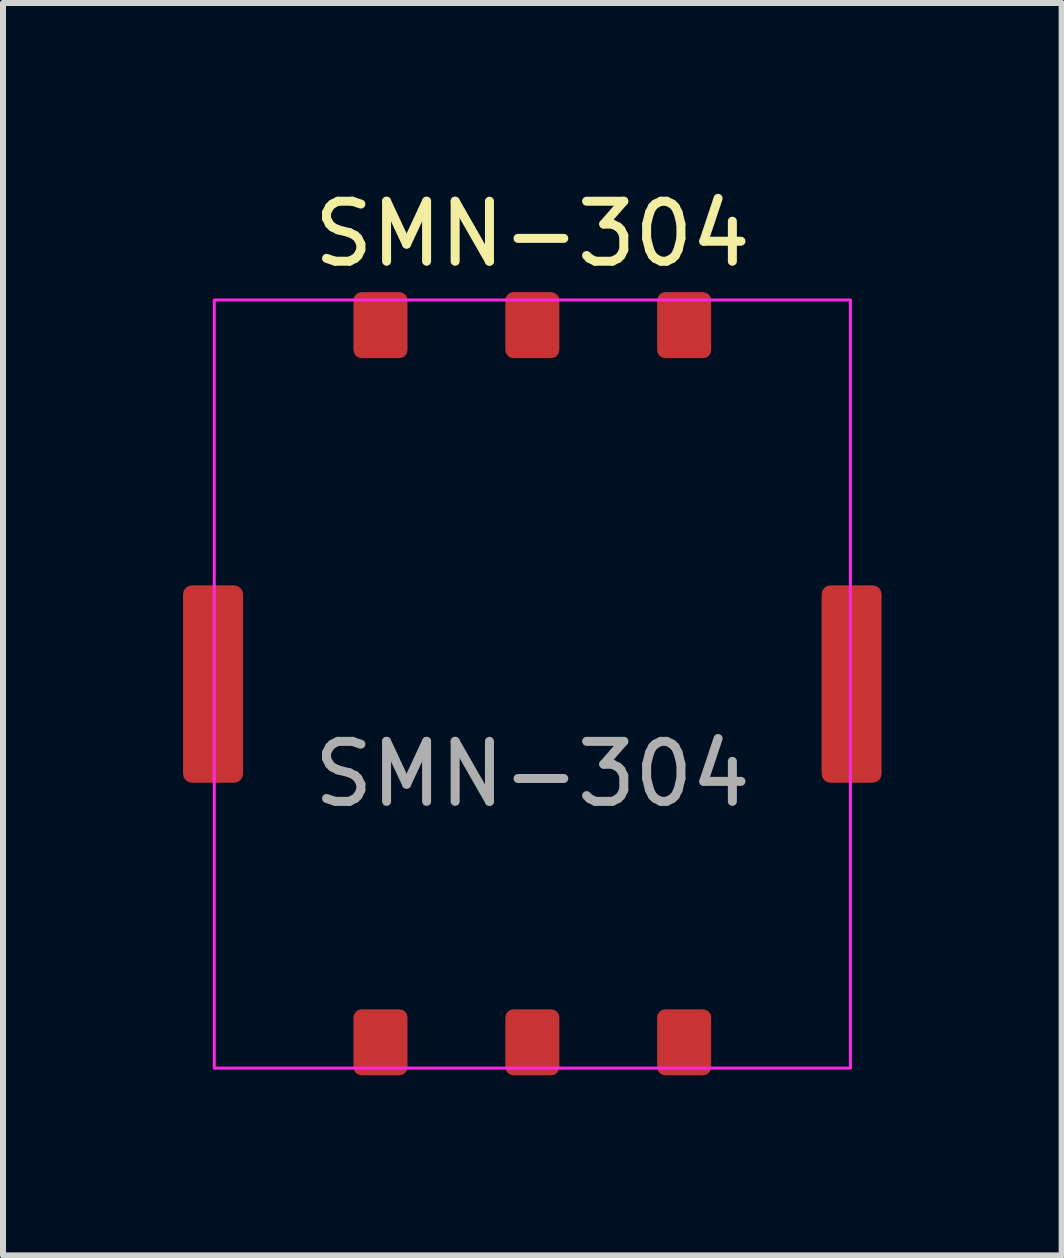
<source format=kicad_pcb>
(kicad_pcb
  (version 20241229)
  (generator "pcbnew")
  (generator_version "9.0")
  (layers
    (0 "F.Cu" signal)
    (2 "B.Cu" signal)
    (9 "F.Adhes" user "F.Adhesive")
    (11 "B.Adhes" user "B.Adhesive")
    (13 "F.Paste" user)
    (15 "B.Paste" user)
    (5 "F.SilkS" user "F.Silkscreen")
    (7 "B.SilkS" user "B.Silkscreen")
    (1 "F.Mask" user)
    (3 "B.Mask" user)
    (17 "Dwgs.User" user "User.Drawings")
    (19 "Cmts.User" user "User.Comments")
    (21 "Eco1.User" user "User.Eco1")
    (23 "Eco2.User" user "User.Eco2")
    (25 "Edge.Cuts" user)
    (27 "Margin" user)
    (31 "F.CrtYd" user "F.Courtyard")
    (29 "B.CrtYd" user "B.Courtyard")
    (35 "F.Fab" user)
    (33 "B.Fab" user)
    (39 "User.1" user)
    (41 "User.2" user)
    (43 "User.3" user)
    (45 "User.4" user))
  (footprint "SMN-304"
    (layer "F.Cu")
    (at 5.82 8.348)
    (property "Reference" "SMN-304" (at 0 -7.5 0) (unlocked yes) (layer "F.SilkS") (effects (font (size 1 1) (thickness 0.15))))
    (attr smd)
    (fp_rect (start -5.3 -6.4) (end 5.3 6.4) (stroke (width 0.05) (type solid)) (fill no) (layer "F.CrtYd"))
    (fp_text user "${REFERENCE}" (at 0 1.5 0) (unlocked yes) (layer "F.Fab") (effects (font (size 1 1) (thickness 0.15))))
    (pad "1" smd roundrect (at 2.53 5.97) (size 0.9 1.1) (layers "F.Cu" "F.Mask" "F.Paste") (roundrect_rratio 0.15))
    (pad "2" smd roundrect (at 0 5.97) (size 0.9 1.1) (layers "F.Cu" "F.Mask" "F.Paste") (roundrect_rratio 0.15))
    (pad "3" smd roundrect (at -2.53 5.97) (size 0.9 1.1) (layers "F.Cu" "F.Mask" "F.Paste") (roundrect_rratio 0.15))
    (pad "5" smd roundrect (at 2.53 -5.98) (size 0.9 1.1) (layers "F.Cu" "F.Mask" "F.Paste") (roundrect_rratio 0.15))
    (pad "6" smd roundrect (at 0 -5.98) (size 0.9 1.1) (layers "F.Cu" "F.Mask" "F.Paste") (roundrect_rratio 0.15))
    (pad "7" smd roundrect (at -2.53 -5.98) (size 0.9 1.1) (layers "F.Cu" "F.Mask" "F.Paste") (roundrect_rratio 0.15))
    (pad "SH" smd roundrect (at -5.32 0) (size 1 3.29) (layers "F.Cu" "F.Mask" "F.Paste") (roundrect_rratio 0.15))
    (pad "SH" smd roundrect (at 5.32 0) (size 1 3.29) (layers "F.Cu" "F.Mask" "F.Paste") (roundrect_rratio 0.15))
    (zone (net_name "") (layer "F.Cu") (hatch edge 0.5) (connect_pads) (min_thickness 0.25) (filled_areas_thickness no) (keepout (tracks not_allowed) (vias not_allowed) (pads not_allowed) (copperpour not_allowed) (footprints allowed)) (placement (enabled no)) (fill) (polygon (pts (xy 2.82 5.348) (xy 3.82 5.348) (xy 3.82 2.848) (xy 2.82 2.848))))
    (zone (net_name "") (layer "F.Cu") (hatch edge 0.5) (connect_pads) (min_thickness 0.25) (filled_areas_thickness no) (keepout (tracks not_allowed) (vias not_allowed) (pads not_allowed) (copperpour not_allowed) (footprints allowed)) (placement (enabled no)) (fill) (polygon (pts (xy 2.82 13.848) (xy 3.82 13.848) (xy 3.82 11.348) (xy 2.82 11.348))))
    (zone (net_name "") (layer "F.Cu") (hatch edge 0.5) (connect_pads) (min_thickness 0.25) (filled_areas_thickness no) (keepout (tracks not_allowed) (vias not_allowed) (pads not_allowed) (copperpour not_allowed) (footprints allowed)) (placement (enabled no)) (fill) (polygon (pts (xy 5.32 5.348) (xy 6.32 5.348) (xy 6.32 2.848) (xy 5.32 2.848))))
    (zone (net_name "") (layer "F.Cu") (hatch edge 0.5) (connect_pads) (min_thickness 0.25) (filled_areas_thickness no) (keepout (tracks not_allowed) (vias not_allowed) (pads not_allowed) (copperpour not_allowed) (footprints allowed)) (placement (enabled no)) (fill) (polygon (pts (xy 5.32 13.848) (xy 6.32 13.848) (xy 6.32 11.348) (xy 5.32 11.348))))
    (zone (net_name "") (layer "F.Cu") (hatch edge 0.5) (connect_pads) (min_thickness 0.25) (filled_areas_thickness no) (keepout (tracks not_allowed) (vias not_allowed) (pads not_allowed) (copperpour not_allowed) (footprints allowed)) (placement (enabled no)) (fill) (polygon (pts (xy 7.82 5.348) (xy 8.82 5.348) (xy 8.82 2.848) (xy 7.82 2.848))))
    (zone (net_name "") (layer "F.Cu") (hatch edge 0.5) (connect_pads) (min_thickness 0.25) (filled_areas_thickness no) (keepout (tracks not_allowed) (vias not_allowed) (pads not_allowed) (copperpour not_allowed) (footprints allowed)) (placement (enabled no)) (fill) (polygon (pts (xy 7.82 13.848) (xy 8.82 13.848) (xy 8.82 11.348) (xy 7.82 11.348)))))
  (gr_rect
    (start -3 -3)
    (end 14.64 17.868)
    (stroke (width 0.1) (type default))
    (fill no)
    (layer "Edge.Cuts")))
</source>
